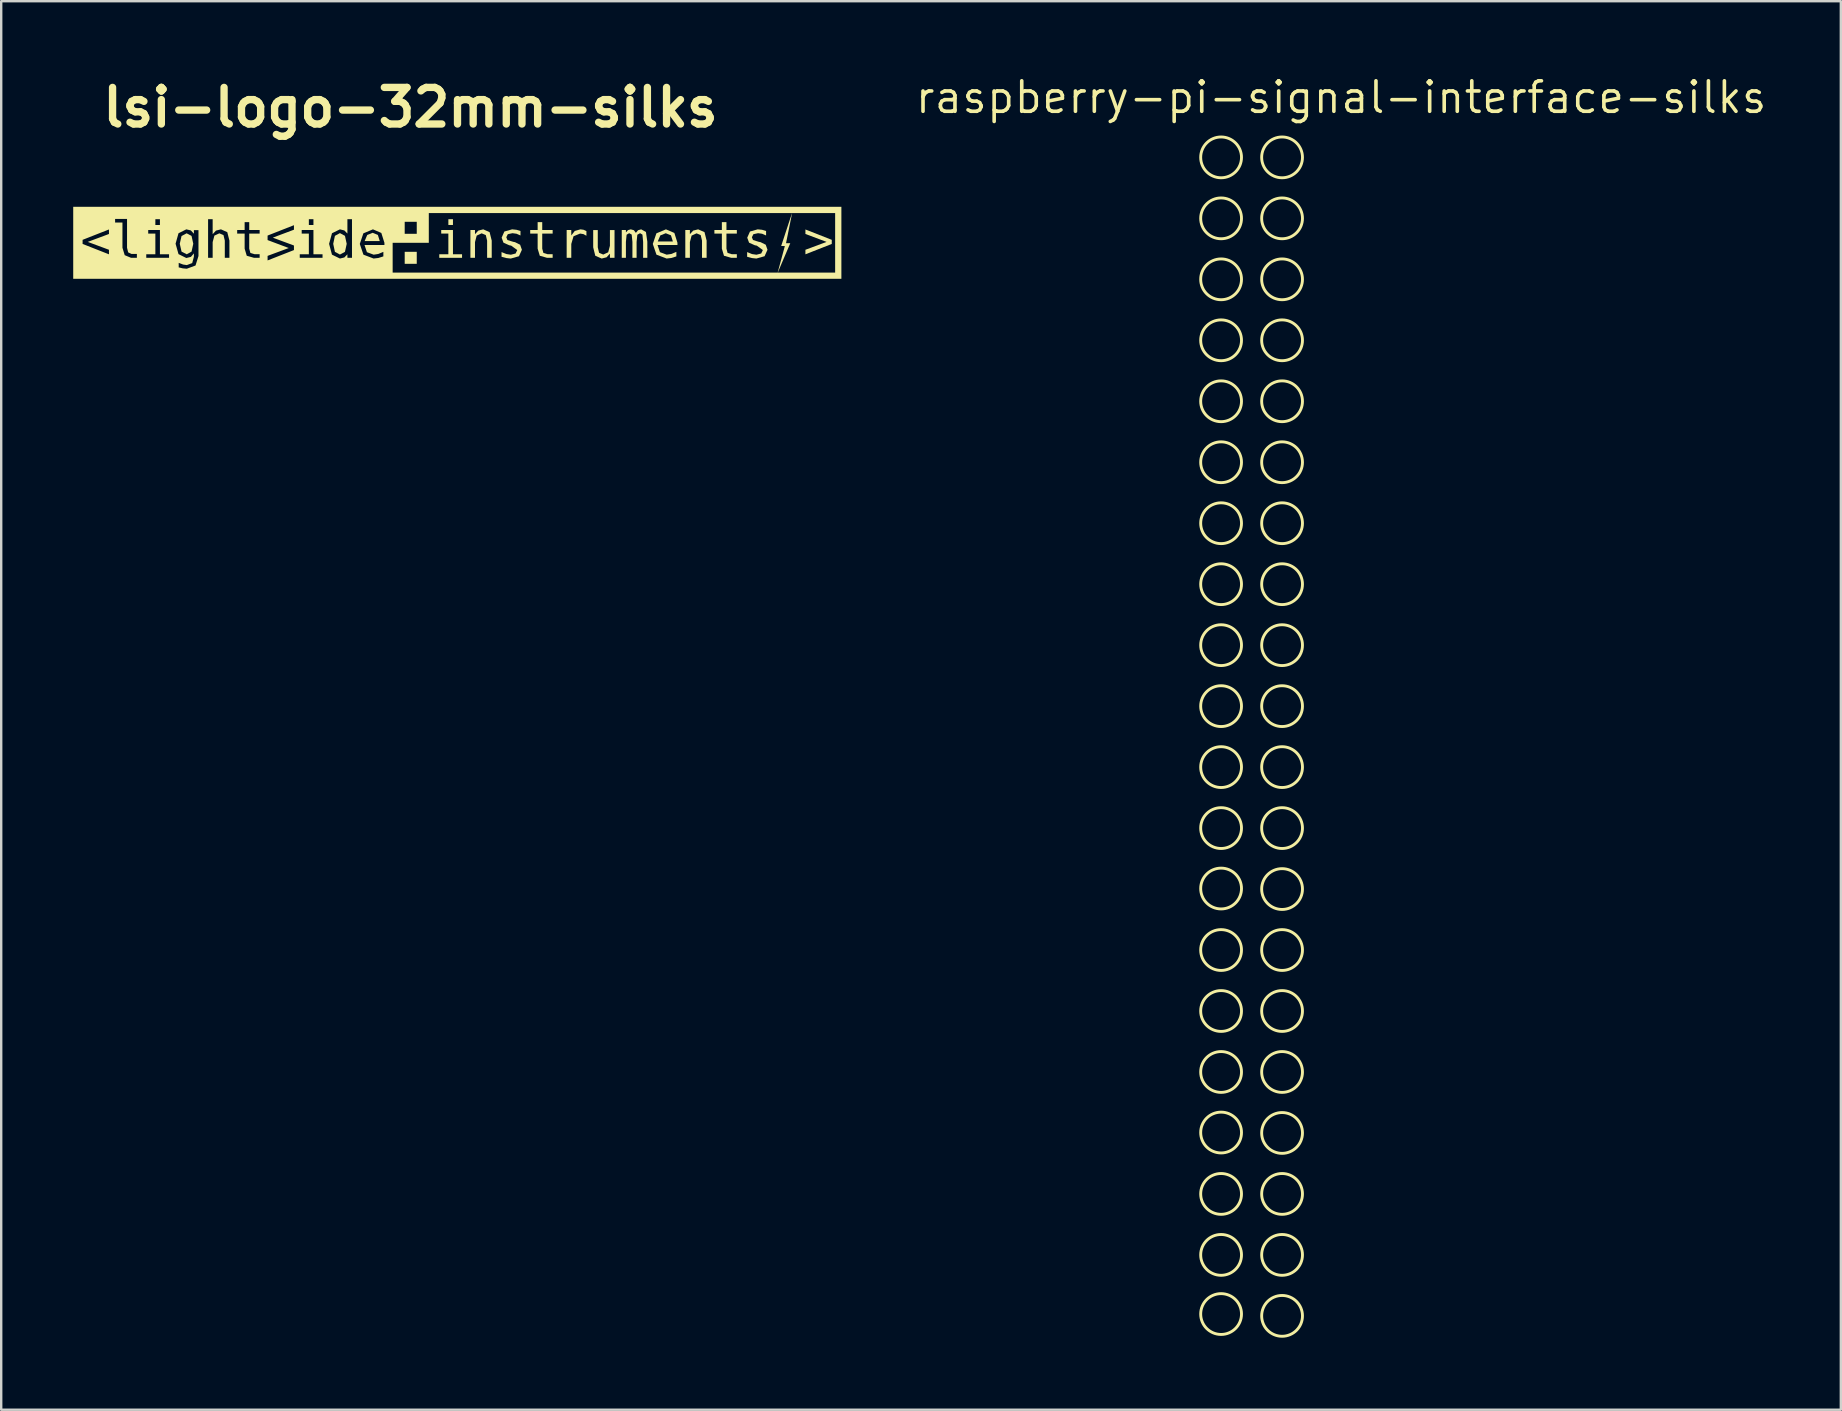
<source format=kicad_pcb>
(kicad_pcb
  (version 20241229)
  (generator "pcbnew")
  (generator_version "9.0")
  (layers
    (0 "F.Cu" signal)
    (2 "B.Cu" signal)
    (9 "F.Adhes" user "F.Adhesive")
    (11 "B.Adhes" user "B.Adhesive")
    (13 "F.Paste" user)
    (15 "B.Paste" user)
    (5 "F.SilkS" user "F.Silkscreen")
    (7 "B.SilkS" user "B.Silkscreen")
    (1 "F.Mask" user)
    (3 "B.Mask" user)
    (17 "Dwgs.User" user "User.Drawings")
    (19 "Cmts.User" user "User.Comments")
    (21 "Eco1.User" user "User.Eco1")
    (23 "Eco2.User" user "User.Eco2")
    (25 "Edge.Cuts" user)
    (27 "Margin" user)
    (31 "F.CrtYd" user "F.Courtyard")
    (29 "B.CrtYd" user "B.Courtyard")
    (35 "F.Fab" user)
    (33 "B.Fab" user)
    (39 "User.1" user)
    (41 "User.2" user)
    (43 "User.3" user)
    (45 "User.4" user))
  (footprint "raspberry-pi-signal-interface-silks"
    (layer "F.Cu")
    (at 47.818 3.506)
    (property "Reference" "raspberry-pi-signal-interface-silks" (at 5 -2.5 0) (layer "F.SilkS") (effects (font (size 1.27 1.27) (thickness 0.15))))
    (attr smd)
    (fp_circle (center 0 0) (end 0.85 0) (stroke (width 0.12) (type solid)) (fill no) (layer "F.SilkS"))
    (fp_circle (center 0 2.54) (end 0.85 2.54) (stroke (width 0.12) (type solid)) (fill no) (layer "F.SilkS"))
    (fp_circle (center 0 5.08) (end 0.85 5.08) (stroke (width 0.12) (type solid)) (fill no) (layer "F.SilkS"))
    (fp_circle (center 0 7.62) (end 0.85 7.62) (stroke (width 0.12) (type solid)) (fill no) (layer "F.SilkS"))
    (fp_circle (center 0 10.16) (end 0.85 10.16) (stroke (width 0.12) (type solid)) (fill no) (layer "F.SilkS"))
    (fp_circle (center 0 12.7) (end 0.85 12.7) (stroke (width 0.12) (type solid)) (fill no) (layer "F.SilkS"))
    (fp_circle (center 0 15.24) (end 0.85 15.24) (stroke (width 0.12) (type solid)) (fill no) (layer "F.SilkS"))
    (fp_circle (center 0 17.78) (end 0.85 17.78) (stroke (width 0.12) (type solid)) (fill no) (layer "F.SilkS"))
    (fp_circle (center 0 20.32) (end 0.85 20.32) (stroke (width 0.12) (type solid)) (fill no) (layer "F.SilkS"))
    (fp_circle (center 0 22.86) (end 0.85 22.86) (stroke (width 0.12) (type solid)) (fill no) (layer "F.SilkS"))
    (fp_circle (center 0 25.4) (end 0.85 25.4) (stroke (width 0.12) (type solid)) (fill no) (layer "F.SilkS"))
    (fp_circle (center 0 27.94) (end 0.85 27.94) (stroke (width 0.12) (type solid)) (fill no) (layer "F.SilkS"))
    (fp_circle (center 0 30.458) (end 0.85 30.458) (stroke (width 0.12) (type solid)) (fill no) (layer "F.SilkS"))
    (fp_circle (center 0 33.02) (end 0.85 33.02) (stroke (width 0.12) (type solid)) (fill no) (layer "F.SilkS"))
    (fp_circle (center 0 35.56) (end 0.85 35.56) (stroke (width 0.12) (type solid)) (fill no) (layer "F.SilkS"))
    (fp_circle (center 0 38.1) (end 0.85 38.1) (stroke (width 0.12) (type solid)) (fill no) (layer "F.SilkS"))
    (fp_circle (center 0 40.623) (end 0.85 40.623) (stroke (width 0.12) (type solid)) (fill no) (layer "F.SilkS"))
    (fp_circle (center 0 43.18) (end 0.85 43.18) (stroke (width 0.12) (type solid)) (fill no) (layer "F.SilkS"))
    (fp_circle (center 0 45.72) (end 0.85 45.72) (stroke (width 0.12) (type solid)) (fill no) (layer "F.SilkS"))
    (fp_circle (center 0 48.184) (end 0.85 48.184) (stroke (width 0.12) (type solid)) (fill no) (layer "F.SilkS"))
    (fp_circle (center 2.54 0) (end 3.39 0) (stroke (width 0.12) (type solid)) (fill no) (layer "F.SilkS"))
    (fp_circle (center 2.54 2.54) (end 3.39 2.54) (stroke (width 0.12) (type solid)) (fill no) (layer "F.SilkS"))
    (fp_circle (center 2.54 5.08) (end 3.39 5.08) (stroke (width 0.12) (type solid)) (fill no) (layer "F.SilkS"))
    (fp_circle (center 2.54 7.62) (end 3.39 7.62) (stroke (width 0.12) (type solid)) (fill no) (layer "F.SilkS"))
    (fp_circle (center 2.54 10.16) (end 3.39 10.16) (stroke (width 0.12) (type solid)) (fill no) (layer "F.SilkS"))
    (fp_circle (center 2.54 12.7) (end 3.39 12.7) (stroke (width 0.12) (type solid)) (fill no) (layer "F.SilkS"))
    (fp_circle (center 2.54 15.24) (end 3.39 15.24) (stroke (width 0.12) (type solid)) (fill no) (layer "F.SilkS"))
    (fp_circle (center 2.54 17.78) (end 3.39 17.78) (stroke (width 0.12) (type solid)) (fill no) (layer "F.SilkS"))
    (fp_circle (center 2.54 20.32) (end 3.39 20.32) (stroke (width 0.12) (type solid)) (fill no) (layer "F.SilkS"))
    (fp_circle (center 2.54 22.86) (end 3.39 22.86) (stroke (width 0.12) (type solid)) (fill no) (layer "F.SilkS"))
    (fp_circle (center 2.54 25.4) (end 3.39 25.4) (stroke (width 0.12) (type solid)) (fill no) (layer "F.SilkS"))
    (fp_circle (center 2.54 27.94) (end 3.39 27.94) (stroke (width 0.12) (type solid)) (fill no) (layer "F.SilkS"))
    (fp_circle (center 2.54 30.48) (end 3.39 30.48) (stroke (width 0.12) (type solid)) (fill no) (layer "F.SilkS"))
    (fp_circle (center 2.54 33.02) (end 3.39 33.02) (stroke (width 0.12) (type solid)) (fill no) (layer "F.SilkS"))
    (fp_circle (center 2.54 35.56) (end 3.39 35.56) (stroke (width 0.12) (type solid)) (fill no) (layer "F.SilkS"))
    (fp_circle (center 2.54 38.1) (end 3.39 38.1) (stroke (width 0.12) (type solid)) (fill no) (layer "F.SilkS"))
    (fp_circle (center 2.54 40.64) (end 3.39 40.64) (stroke (width 0.12) (type solid)) (fill no) (layer "F.SilkS"))
    (fp_circle (center 2.54 43.18) (end 3.39 43.18) (stroke (width 0.12) (type solid)) (fill no) (layer "F.SilkS"))
    (fp_circle (center 2.54 45.72) (end 3.39 45.72) (stroke (width 0.12) (type solid)) (fill no) (layer "F.SilkS"))
    (fp_circle (center 2.54 48.26) (end 3.39 48.26) (stroke (width 0.12) (type solid)) (fill no) (layer "F.SilkS")))
  (footprint "lsi-logo-32mm-silks"
    (layer "F.Cu")
    (at 14.049 7.07)
    (property "Reference" "lsi-logo-32mm-silks" (at 0 -5.644 0) (layer "F.SilkS") (effects (font (size 1.524 1.524) (thickness 0.305))))
    (attr smd)
    (fp_poly (pts (xy -0.24 0.37) (xy -0.24 0.87) (xy 0.262 0.87) (xy 0.262 0.37) (xy -0.24 0.37)) (stroke (width 0) (type solid)) (fill yes) (layer "F.SilkS"))
    (fp_poly (pts (xy 1.579 -0.988) (xy 1.579 -0.748) (xy 1.77 -0.748) (xy 1.77 -0.988) (xy 1.579 -0.988)) (stroke (width 0) (type solid)) (fill yes) (layer "F.SilkS"))
    (fp_poly (pts (xy -1.575 -0.422) (xy -1.802 -0.331) (xy -1.908 -0.078) (xy -1.279 -0.079) (xy -1.359 -0.334) (xy -1.575 -0.422) (xy -1.575 -0.422)) (stroke (width 0) (type solid)) (fill yes) (layer "F.SilkS"))
    (fp_poly (pts (xy 16.453 -0.561) (xy 16.453 -0.373) (xy 17.335 -0.043) (xy 16.453 0.285) (xy 16.453 0.474) (xy 17.55 0.042) (xy 17.55 -0.129) (xy 16.453 -0.561)) (stroke (width 0) (type solid)) (fill yes) (layer "F.SilkS"))
    (fp_poly (pts (xy -9.323 -0.401) (xy -9.536 -0.29) (xy -9.61 0.035) (xy -9.536 0.362) (xy -9.32 0.473) (xy -9.119 0.361) (xy -9.048 0.035) (xy -9.119 -0.29) (xy -9.323 -0.401)) (stroke (width 0) (type solid)) (fill yes) (layer "F.SilkS"))
    (fp_poly (pts (xy -2.938 -0.409) (xy -3.147 -0.296) (xy -3.218 0.038) (xy -3.147 0.372) (xy -2.938 0.484) (xy -2.729 0.371) (xy -2.656 0.038) (xy -2.729 -0.295) (xy -2.938 -0.409)) (stroke (width 0) (type solid)) (fill yes) (layer "F.SilkS"))
    (fp_poly (pts (xy 1.281 -0.538) (xy 1.281 -0.39) (xy 1.579 -0.39) (xy 1.579 0.472) (xy 1.2 0.472) (xy 1.2 0.62) (xy 2.149 0.62) (xy 2.149 0.472) (xy 1.77 0.472) (xy 1.77 -0.538) (xy 1.281 -0.538)) (stroke (width 0) (type solid)) (fill yes) (layer "F.SilkS"))
    (fp_poly (pts (xy 7.081 -0.566) (xy 6.845 -0.499) (xy 6.699 -0.311) (xy 6.699 -0.538) (xy 6.507 -0.538) (xy 6.507 0.62) (xy 6.699 0.62) (xy 6.699 0.044) (xy 6.793 -0.278) (xy 7.066 -0.39) (xy 7.205 -0.368) (xy 7.33 -0.299) (xy 7.33 -0.493) (xy 7.213 -0.548) (xy 7.081 -0.566)) (stroke (width 0) (type solid)) (fill yes) (layer "F.SilkS"))
    (fp_poly (pts (xy 3.032 -0.566) (xy 2.826 -0.514) (xy 2.688 -0.364) (xy 2.688 -0.538) (xy 2.497 -0.538) (xy 2.497 0.62) (xy 2.688 0.62) (xy 2.688 -0.034) (xy 2.759 -0.305) (xy 2.966 -0.4) (xy 3.138 -0.327) (xy 3.193 -0.097) (xy 3.193 0.62) (xy 3.385 0.62) (xy 3.385 -0.097) (xy 3.297 -0.449) (xy 3.032 -0.566)) (stroke (width 0) (type solid)) (fill yes) (layer "F.SilkS"))
    (fp_poly (pts (xy 7.612 -0.536) (xy 7.612 0.182) (xy 7.699 0.534) (xy 7.965 0.65) (xy 8.17 0.598) (xy 8.309 0.446) (xy 8.309 0.62) (xy 8.501 0.62) (xy 8.501 -0.536) (xy 8.309 -0.536) (xy 8.309 0.119) (xy 8.237 0.39) (xy 8.031 0.484) (xy 7.858 0.411) (xy 7.803 0.182) (xy 7.803 -0.536) (xy 7.612 -0.536)) (stroke (width 0) (type solid)) (fill yes) (layer "F.SilkS"))
    (fp_poly (pts (xy 11.984 -0.566) (xy 11.778 -0.514) (xy 11.64 -0.364) (xy 11.64 -0.538) (xy 11.449 -0.538) (xy 11.449 0.62) (xy 11.64 0.62) (xy 11.64 -0.034) (xy 11.711 -0.305) (xy 11.918 -0.4) (xy 12.09 -0.327) (xy 12.145 -0.097) (xy 12.145 0.62) (xy 12.337 0.62) (xy 12.337 -0.097) (xy 12.249 -0.449) (xy 11.984 -0.566)) (stroke (width 0) (type solid)) (fill yes) (layer "F.SilkS"))
    (fp_poly (pts (xy 5.298 -0.866) (xy 5.298 -0.538) (xy 4.988 -0.538) (xy 4.988 -0.39) (xy 5.298 -0.39) (xy 5.298 0.238) (xy 5.387 0.534) (xy 5.69 0.62) (xy 5.923 0.62) (xy 5.923 0.468) (xy 5.708 0.468) (xy 5.538 0.417) (xy 5.489 0.238) (xy 5.489 -0.39) (xy 5.923 -0.39) (xy 5.923 -0.538) (xy 5.489 -0.538) (xy 5.489 -0.866) (xy 5.298 -0.866)) (stroke (width 0) (type solid)) (fill yes) (layer "F.SilkS"))
    (fp_poly (pts (xy 12.972 -0.866) (xy 12.972 -0.538) (xy 12.661 -0.538) (xy 12.661 -0.39) (xy 12.972 -0.39) (xy 12.972 0.238) (xy 13.06 0.534) (xy 13.363 0.62) (xy 13.596 0.62) (xy 13.596 0.468) (xy 13.382 0.468) (xy 13.211 0.417) (xy 13.163 0.238) (xy 13.163 -0.39) (xy 13.596 -0.39) (xy 13.596 -0.538) (xy 13.163 -0.538) (xy 13.163 -0.866) (xy 12.972 -0.866)) (stroke (width 0) (type solid)) (fill yes) (layer "F.SilkS"))
    (fp_poly (pts (xy 10.643 -0.566) (xy 10.635 -0.404) (xy 10.851 -0.317) (xy 10.931 -0.062) (xy 10.302 -0.061) (xy 10.408 -0.313) (xy 10.635 -0.404) (xy 10.635 -0.404) (xy 10.643 -0.566) (xy 10.245 -0.4) (xy 10.095 0.042) (xy 10.248 0.489) (xy 10.671 0.65) (xy 10.866 0.627) (xy 11.077 0.561) (xy 11.077 0.372) (xy 10.864 0.46) (xy 10.673 0.489) (xy 10.393 0.385) (xy 10.294 0.093) (xy 10.294 0.087) (xy 11.122 0.087) (xy 11.122 -0.006) (xy 10.993 -0.416) (xy 10.643 -0.566)) (stroke (width 0) (type solid)) (fill yes) (layer "F.SilkS"))
    (fp_poly (pts (xy 9.178 -0.566) (xy 9.06 -0.533) (xy 8.975 -0.438) (xy 8.975 -0.538) (xy 8.802 -0.538) (xy 8.802 0.62) (xy 8.975 0.62) (xy 8.975 -0.043) (xy 9.004 -0.342) (xy 9.11 -0.406) (xy 9.216 -0.349) (xy 9.246 -0.043) (xy 9.246 0.62) (xy 9.42 0.62) (xy 9.42 -0.043) (xy 9.451 -0.342) (xy 9.565 -0.406) (xy 9.664 -0.346) (xy 9.692 -0.043) (xy 9.692 0.62) (xy 9.867 0.62) (xy 9.867 -0.051) (xy 9.809 -0.457) (xy 9.611 -0.566) (xy 9.48 -0.529) (xy 9.39 -0.42) (xy 9.308 -0.529) (xy 9.178 -0.566)) (stroke (width 0) (type solid)) (fill yes) (layer "F.SilkS"))
    (fp_poly (pts (xy 4.234 -0.566) (xy 3.911 -0.475) (xy 3.798 -0.218) (xy 3.874 -0.011) (xy 4.115 0.097) (xy 4.187 0.111) (xy 4.195 0.113) (xy 4.449 0.296) (xy 4.38 0.44) (xy 4.184 0.491) (xy 3.999 0.464) (xy 3.794 0.381) (xy 3.794 0.577) (xy 3.999 0.631) (xy 4.179 0.65) (xy 4.52 0.554) (xy 4.642 0.285) (xy 4.568 0.075) (xy 4.354 -0.032) (xy 4.277 -0.047) (xy 4.039 -0.121) (xy 3.992 -0.237) (xy 4.055 -0.364) (xy 4.249 -0.406) (xy 4.418 -0.383) (xy 4.583 -0.311) (xy 4.583 -0.497) (xy 4.414 -0.548) (xy 4.234 -0.566)) (stroke (width 0) (type solid)) (fill yes) (layer "F.SilkS"))
    (fp_poly (pts (xy 14.465 -0.566) (xy 14.143 -0.475) (xy 14.029 -0.218) (xy 14.105 -0.011) (xy 14.346 0.097) (xy 14.418 0.111) (xy 14.426 0.113) (xy 14.68 0.296) (xy 14.611 0.44) (xy 14.414 0.491) (xy 14.23 0.464) (xy 14.025 0.381) (xy 14.025 0.577) (xy 14.23 0.631) (xy 14.41 0.65) (xy 14.751 0.554) (xy 14.873 0.285) (xy 14.8 0.075) (xy 14.585 -0.032) (xy 14.508 -0.047) (xy 14.27 -0.121) (xy 14.222 -0.237) (xy 14.286 -0.364) (xy 14.48 -0.406) (xy 14.649 -0.383) (xy 14.814 -0.311) (xy 14.814 -0.497) (xy 14.645 -0.548) (xy 14.465 -0.566)) (stroke (width 0) (type solid)) (fill yes) (layer "F.SilkS"))
    (fp_poly (pts (xy 15.879 -1.195) (xy 15.809 -0.985) (xy 15.597 -0.341) (xy 15.543 -0.176) (xy 15.445 0.121) (xy 15.444 0.127) (xy 15.52 0.128) (xy 15.596 0.132) (xy 15.364 0.985) (xy 15.321 1.142) (xy 15.294 1.242) (xy 15.295 1.245) (xy 15.323 1.182) (xy 15.383 1.041) (xy 15.448 0.888) (xy 15.512 0.737) (xy 15.603 0.525) (xy 15.693 0.313) (xy 15.758 0.161) (xy 15.806 0.048) (xy 15.822 0.012) (xy 15.733 0.012) (xy 15.645 0.011) (xy 15.65 -0.016) (xy 15.675 -0.14) (xy 15.714 -0.329) (xy 15.75 -0.508) (xy 15.804 -0.777) (xy 15.858 -1.045) (xy 15.888 -1.194) (xy 15.9 -1.255) (xy 15.879 -1.194) (xy 15.879 -1.195)) (stroke (width 0.000106) (type solid)) (fill yes) (layer "F.SilkS"))
    (fp_poly (pts (xy -14.049 -1.505) (xy 0.764 -1.245) (xy 17.691 -1.245) (xy 17.691 1.235) (xy -0.742 1.235) (xy -0.742 -0.005) (xy 0.764 -0.005) (xy 0.764 -1.245) (xy -14.049 -1.505) (xy -12.304 -1) (xy -11.807 -1) (xy -11.807 0.2) (xy -11.76 0.394) (xy -11.62 0.459) (xy -11.397 0.459) (xy -11.397 0.62) (xy -11.639 0.62) (xy -11.904 0.51) (xy -11.998 0.2) (xy -11.998 -0.851) (xy -12.304 -0.851) (xy -12.304 -1) (xy -14.049 -1.505) (xy -10.627 -0.988) (xy -10.437 -0.988) (xy -10.437 -0.748) (xy -10.627 -0.748) (xy -10.627 -0.988) (xy -14.049 -1.505) (xy -8.431 -0.988) (xy -8.24 -0.988) (xy -8.24 -0.364) (xy -8.102 -0.514) (xy -7.895 -0.566) (xy -7.631 -0.449) (xy -7.542 -0.097) (xy -7.542 0.62) (xy -7.734 0.62) (xy -7.734 -0.097) (xy -7.789 -0.327) (xy -7.962 -0.4) (xy -8.168 -0.305) (xy -8.24 -0.034) (xy -8.24 0.62) (xy -8.431 0.62) (xy -8.431 -0.988) (xy -14.049 -1.505) (xy -4.233 -0.988) (xy -4.042 -0.988) (xy -4.042 -0.748) (xy -4.233 -0.748) (xy -4.233 -0.988) (xy -14.049 -1.505) (xy -2.627 -0.988) (xy -2.436 -0.988) (xy -2.436 0.62) (xy -2.627 0.62) (xy -2.627 0.474) (xy -2.755 0.605) (xy -2.938 0.65) (xy -3.27 0.488) (xy -3.39 0.038) (xy -3.269 -0.404) (xy -2.938 -0.566) (xy -2.753 -0.52) (xy -2.627 -0.39) (xy -2.627 -0.988) (xy -14.049 -1.505) (xy 0.262 -0.88) (xy 0.262 -0.38) (xy -0.24 -0.38) (xy -0.24 -0.88) (xy 0.262 -0.88) (xy -14.049 -1.505) (xy -6.717 -0.866) (xy -6.717 -0.538) (xy -6.283 -0.538) (xy -6.283 -0.39) (xy -6.717 -0.39) (xy -6.717 0.238) (xy -6.668 0.417) (xy -6.498 0.468) (xy -6.283 0.468) (xy -6.283 0.62) (xy -6.517 0.62) (xy -6.82 0.534) (xy -6.908 0.238) (xy -6.908 -0.39) (xy -7.219 -0.39) (xy -7.219 -0.538) (xy -6.908 -0.538) (xy -6.908 -0.866) (xy -6.717 -0.866) (xy -14.049 -1.505) (xy -4.854 -0.739) (xy -4.854 -0.551) (xy -5.734 -0.221) (xy -5.639 -0.184) (xy -4.854 0.107) (xy -4.854 0.125) (xy -4.854 0.297) (xy -5.952 0.729) (xy -5.952 0.539) (xy -5.07 0.212) (xy -5.076 0.21) (xy -5.952 -0.119) (xy -5.952 -0.135) (xy -5.952 -0.307) (xy -4.854 -0.739) (xy -14.049 -1.505) (xy -12.56 -0.561) (xy -12.56 -0.373) (xy -13.443 -0.043) (xy -12.56 0.285) (xy -12.56 0.474) (xy -13.658 0.042) (xy -13.658 -0.129) (xy -12.56 -0.561) (xy -14.049 -1.505) (xy -14.049 1.495) (xy -9.317 1.075) (xy -9.483 1.06) (xy -9.655 1.018) (xy -9.655 0.83) (xy -9.47 0.9) (xy -9.317 0.923) (xy -9.092 0.839) (xy -9.022 0.573) (xy -9.022 0.565) (xy -9.022 0.436) (xy -9.146 0.581) (xy -9.338 0.628) (xy -9.663 0.466) (xy -9.785 0.032) (xy -9.663 -0.403) (xy -9.338 -0.566) (xy -9.148 -0.521) (xy -9.022 -0.384) (xy -9.022 -0.534) (xy -8.831 -0.534) (xy -8.831 0.545) (xy -8.954 0.94) (xy -9.317 1.075) (xy -14.049 1.495) (xy -1.535 0.65) (xy -1.959 0.489) (xy -2.111 0.042) (xy -1.962 -0.4) (xy -1.563 -0.566) (xy -1.214 -0.416) (xy -1.085 -0.006) (xy -1.085 0.087) (xy -1.912 0.087) (xy -1.912 0.093) (xy -1.814 0.385) (xy -1.533 0.489) (xy -1.342 0.46) (xy -1.129 0.372) (xy -1.129 0.561) (xy -1.34 0.627) (xy -1.535 0.65) (xy -14.049 1.495) (xy -10.057 0.62) (xy -11.006 0.62) (xy -11.006 0.472) (xy -10.627 0.472) (xy -10.627 -0.39) (xy -10.925 -0.39) (xy -10.925 -0.538) (xy -10.437 -0.538) (xy -10.437 0.472) (xy -10.057 0.472) (xy -10.057 0.62) (xy -14.049 1.495) (xy -3.663 0.62) (xy -4.612 0.62) (xy -4.612 0.472) (xy -4.233 0.472) (xy -4.233 -0.39) (xy -4.531 -0.39) (xy -4.531 -0.538) (xy -4.042 -0.538) (xy -4.042 0.472) (xy -3.663 0.472) (xy -3.663 0.62) (xy -14.049 1.495) (xy 17.951 1.495) (xy 17.951 -1.505) (xy -14.049 -1.505)) (stroke (width 0) (type solid)) (fill yes) (layer "F.SilkS")))
  (gr_rect
    (start -3 -3)
    (end 73.635 55.676)
    (stroke (width 0.1) (type default))
    (fill no)
    (layer "Edge.Cuts")))
</source>
